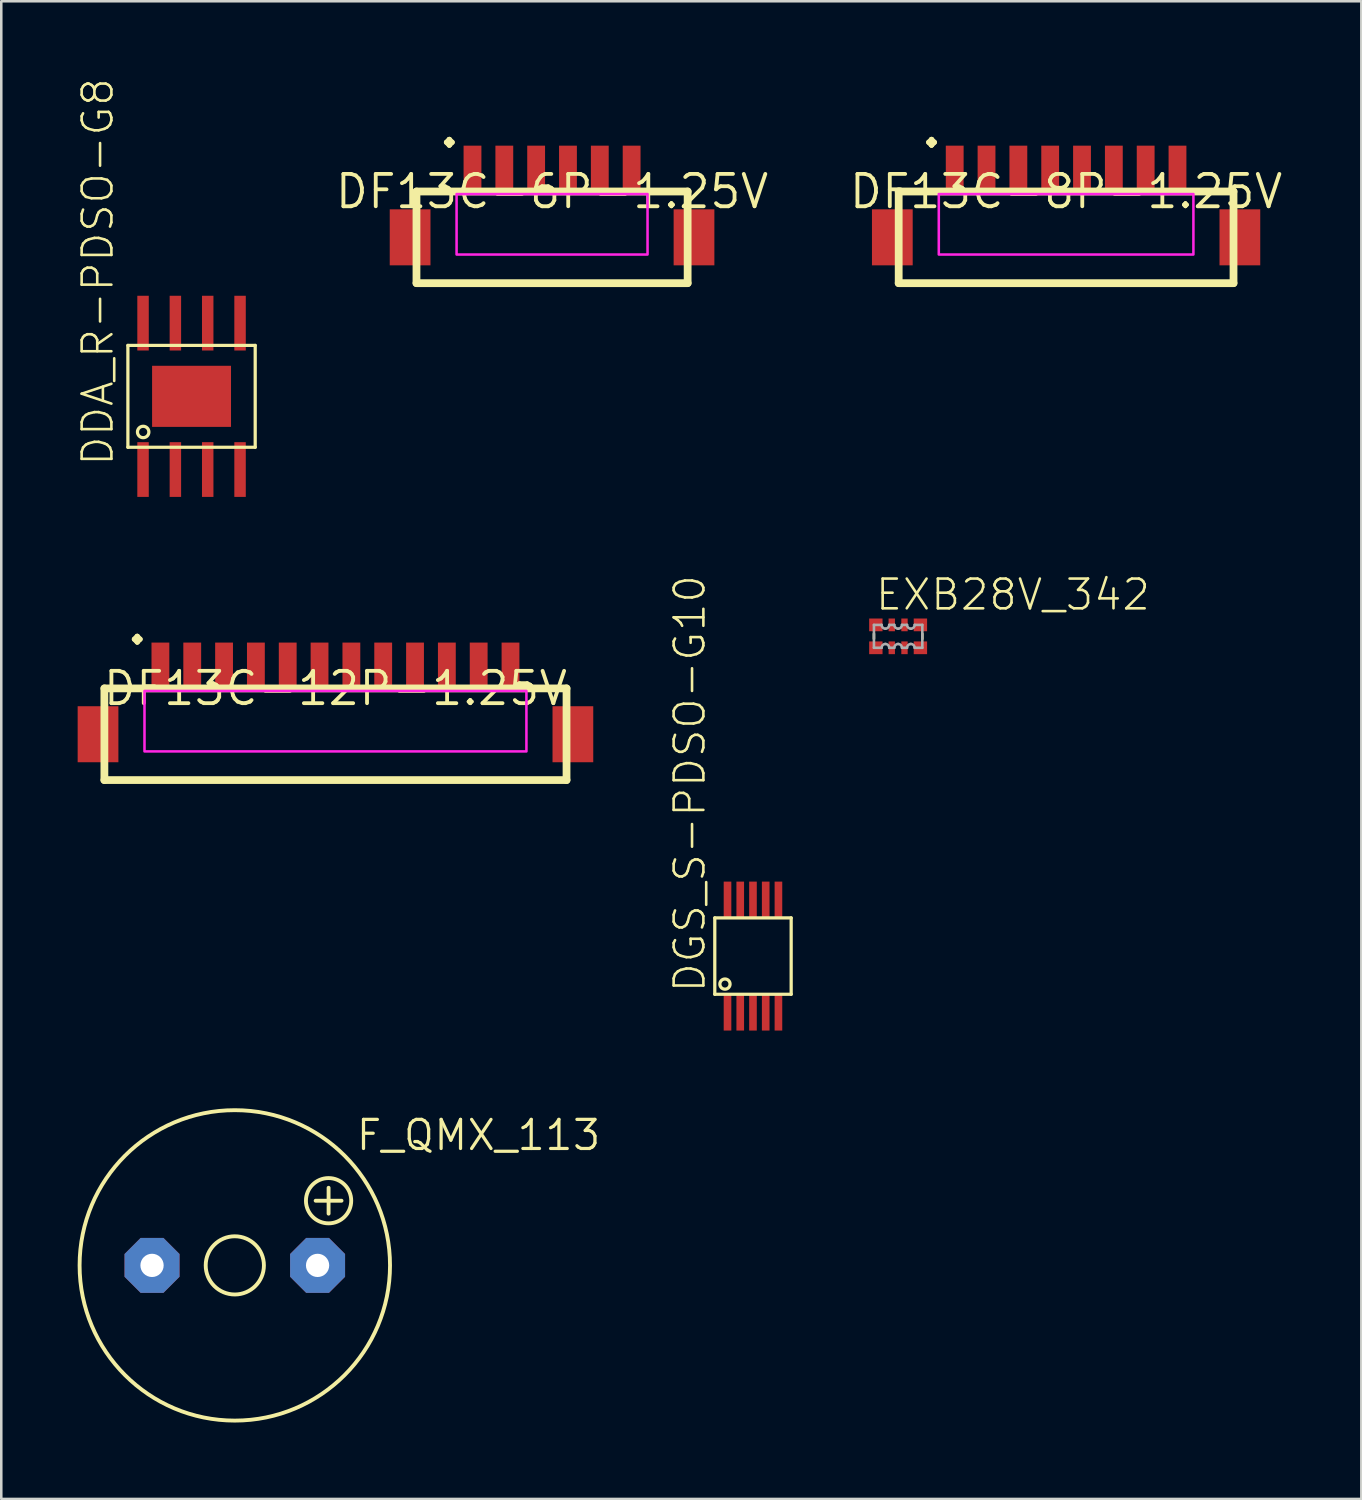
<source format=kicad_pcb>
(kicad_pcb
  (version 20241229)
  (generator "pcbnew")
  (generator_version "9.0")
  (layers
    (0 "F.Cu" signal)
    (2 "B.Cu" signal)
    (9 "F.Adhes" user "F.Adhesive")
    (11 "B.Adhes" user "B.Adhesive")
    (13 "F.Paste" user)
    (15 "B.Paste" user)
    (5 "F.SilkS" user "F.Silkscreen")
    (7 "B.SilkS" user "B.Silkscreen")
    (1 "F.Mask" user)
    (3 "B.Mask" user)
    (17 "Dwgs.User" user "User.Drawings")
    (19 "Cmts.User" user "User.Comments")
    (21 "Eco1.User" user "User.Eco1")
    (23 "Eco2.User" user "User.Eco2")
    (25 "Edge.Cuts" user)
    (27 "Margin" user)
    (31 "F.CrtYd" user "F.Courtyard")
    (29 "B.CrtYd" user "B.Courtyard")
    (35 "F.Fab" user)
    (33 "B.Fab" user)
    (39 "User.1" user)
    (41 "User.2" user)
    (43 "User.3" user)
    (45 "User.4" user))
  (footprint "DF13C-6P-1.25V"
    (layer "F.Cu")
    (at 18.632 4.471)
    (property "Reference" "DF13C-6P-1.25V" (at 0 0 0) (layer "F.SilkS") (effects (font (size 1.27 1.27) (thickness 0.15))))
    (fp_line (start -5.325 0) (end -5.325 3.6) (stroke (width 0.305) (type solid)) (layer "F.SilkS"))
    (fp_line (start -5.325 3.6) (end 5.325 3.6) (stroke (width 0.305) (type solid)) (layer "F.SilkS"))
    (fp_line (start 5.325 0) (end -5.325 0) (stroke (width 0.305) (type solid)) (layer "F.SilkS"))
    (fp_line (start 5.325 3.6) (end 5.325 0) (stroke (width 0.305) (type solid)) (layer "F.SilkS"))
    (fp_poly (pts (xy -3.75 2.475) (xy 3.75 2.475) (xy 3.75 0.1) (xy -3.75 0.1)) (stroke (width 0.1) (type default)) (fill no) (layer "F.CrtYd"))
    (fp_text user "." (at -4.725 -1.525 0) (unlocked yes) (layer "F.SilkS") (effects (font (size 2.337 2.337) (thickness 0.203)) (justify left bottom)))
    (pad "M$0" smd rect (at 5.575 1.8 90) (size 2.2 1.6) (layers "F.Cu" "F.Mask" "F.Paste"))
    (pad "M$1" smd rect (at -5.575 1.8 90) (size 2.2 1.6) (layers "F.Cu" "F.Mask" "F.Paste"))
    (pad "P$1" smd rect (at -3.125 -0.9) (size 0.7 1.8) (layers "F.Cu" "F.Mask" "F.Paste"))
    (pad "P$2" smd rect (at -1.875 -0.9) (size 0.7 1.8) (layers "F.Cu" "F.Mask" "F.Paste"))
    (pad "P$3" smd rect (at -0.625 -0.9) (size 0.7 1.8) (layers "F.Cu" "F.Mask" "F.Paste"))
    (pad "P$4" smd rect (at 0.625 -0.9) (size 0.7 1.8) (layers "F.Cu" "F.Mask" "F.Paste"))
    (pad "P$5" smd rect (at 1.875 -0.9) (size 0.7 1.8) (layers "F.Cu" "F.Mask" "F.Paste"))
    (pad "P$6" smd rect (at 3.125 -0.9) (size 0.7 1.8) (layers "F.Cu" "F.Mask" "F.Paste")))
  (footprint "DGS_S-PDSO-G10"
    (layer "F.Cu")
    (at 26.523 34.5)
    (property "Reference" "DGS_S-PDSO-G10" (at -1.8 1.5 90) (unlocked yes) (layer "F.SilkS") (effects (font (size 1.168 1.168) (thickness 0.102)) (justify left bottom)))
    (fp_poly (pts (xy -1.2 -1.425) (xy -0.8 -1.425) (xy -0.8 -2.975) (xy -1.2 -2.975)) (stroke (width 0) (type default)) (fill yes) (layer "F.Mask"))
    (fp_poly (pts (xy -1.2 2.975) (xy -0.8 2.975) (xy -0.8 1.425) (xy -1.2 1.425)) (stroke (width 0) (type default)) (fill yes) (layer "F.Mask"))
    (fp_poly (pts (xy -0.7 -1.425) (xy -0.3 -1.425) (xy -0.3 -2.975) (xy -0.7 -2.975)) (stroke (width 0) (type default)) (fill yes) (layer "F.Mask"))
    (fp_poly (pts (xy -0.7 2.975) (xy -0.3 2.975) (xy -0.3 1.425) (xy -0.7 1.425)) (stroke (width 0) (type default)) (fill yes) (layer "F.Mask"))
    (fp_poly (pts (xy -0.2 -1.425) (xy 0.2 -1.425) (xy 0.2 -2.975) (xy -0.2 -2.975)) (stroke (width 0) (type default)) (fill yes) (layer "F.Mask"))
    (fp_poly (pts (xy -0.2 2.975) (xy 0.2 2.975) (xy 0.2 1.425) (xy -0.2 1.425)) (stroke (width 0) (type default)) (fill yes) (layer "F.Mask"))
    (fp_poly (pts (xy 0.3 -1.425) (xy 0.7 -1.425) (xy 0.7 -2.975) (xy 0.3 -2.975)) (stroke (width 0) (type default)) (fill yes) (layer "F.Mask"))
    (fp_poly (pts (xy 0.3 2.975) (xy 0.7 2.975) (xy 0.7 1.425) (xy 0.3 1.425)) (stroke (width 0) (type default)) (fill yes) (layer "F.Mask"))
    (fp_poly (pts (xy 0.8 -1.425) (xy 1.2 -1.425) (xy 1.2 -2.975) (xy 0.8 -2.975)) (stroke (width 0) (type default)) (fill yes) (layer "F.Mask"))
    (fp_poly (pts (xy 0.8 2.975) (xy 1.2 2.975) (xy 1.2 1.425) (xy 0.8 1.425)) (stroke (width 0) (type default)) (fill yes) (layer "F.Mask"))
    (fp_line (start -1.5 -1.5) (end 1.5 -1.5) (stroke (width 0.127) (type solid)) (layer "F.SilkS"))
    (fp_line (start -1.5 1.5) (end -1.5 -1.5) (stroke (width 0.127) (type solid)) (layer "F.SilkS"))
    (fp_line (start 1.5 -1.5) (end 1.5 1.5) (stroke (width 0.127) (type solid)) (layer "F.SilkS"))
    (fp_line (start 1.5 1.5) (end -1.5 1.5) (stroke (width 0.127) (type solid)) (layer "F.SilkS"))
    (fp_circle (center -1.1 1.1) (end -0.9 1.1) (stroke (width 0.127) (type solid)) (fill no) (layer "F.SilkS"))
    (fp_poly (pts (xy -1.125 -1.5) (xy -0.875 -1.5) (xy -0.875 -2.9) (xy -1.125 -2.9)) (stroke (width 0) (type default)) (fill yes) (layer "F.Paste"))
    (fp_poly (pts (xy -1.125 2.9) (xy -0.875 2.9) (xy -0.875 1.5) (xy -1.125 1.5)) (stroke (width 0) (type default)) (fill yes) (layer "F.Paste"))
    (fp_poly (pts (xy -0.625 -1.5) (xy -0.375 -1.5) (xy -0.375 -2.9) (xy -0.625 -2.9)) (stroke (width 0) (type default)) (fill yes) (layer "F.Paste"))
    (fp_poly (pts (xy -0.625 2.9) (xy -0.375 2.9) (xy -0.375 1.5) (xy -0.625 1.5)) (stroke (width 0) (type default)) (fill yes) (layer "F.Paste"))
    (fp_poly (pts (xy -0.125 -1.5) (xy 0.125 -1.5) (xy 0.125 -2.9) (xy -0.125 -2.9)) (stroke (width 0) (type default)) (fill yes) (layer "F.Paste"))
    (fp_poly (pts (xy -0.125 2.9) (xy 0.125 2.9) (xy 0.125 1.5) (xy -0.125 1.5)) (stroke (width 0) (type default)) (fill yes) (layer "F.Paste"))
    (fp_poly (pts (xy 0.375 -1.5) (xy 0.625 -1.5) (xy 0.625 -2.9) (xy 0.375 -2.9)) (stroke (width 0) (type default)) (fill yes) (layer "F.Paste"))
    (fp_poly (pts (xy 0.375 2.9) (xy 0.625 2.9) (xy 0.625 1.5) (xy 0.375 1.5)) (stroke (width 0) (type default)) (fill yes) (layer "F.Paste"))
    (fp_poly (pts (xy 0.875 -1.5) (xy 1.125 -1.5) (xy 1.125 -2.9) (xy 0.875 -2.9)) (stroke (width 0) (type default)) (fill yes) (layer "F.Paste"))
    (fp_poly (pts (xy 0.875 2.9) (xy 1.125 2.9) (xy 1.125 1.5) (xy 0.875 1.5)) (stroke (width 0) (type default)) (fill yes) (layer "F.Paste"))
    (pad "1" smd rect (at -1 2.2) (size 0.3 1.45) (layers "F.Cu"))
    (pad "2" smd rect (at -0.5 2.2) (size 0.3 1.45) (layers "F.Cu"))
    (pad "3" smd rect (at 0 2.2) (size 0.3 1.45) (layers "F.Cu"))
    (pad "4" smd rect (at 0.5 2.2) (size 0.3 1.45) (layers "F.Cu"))
    (pad "5" smd rect (at 1 2.2) (size 0.3 1.45) (layers "F.Cu"))
    (pad "6" smd rect (at 1 -2.2) (size 0.3 1.45) (layers "F.Cu"))
    (pad "7" smd rect (at 0.5 -2.2) (size 0.3 1.45) (layers "F.Cu"))
    (pad "8" smd rect (at 0 -2.2) (size 0.3 1.45) (layers "F.Cu"))
    (pad "9" smd rect (at -0.5 -2.2) (size 0.3 1.45) (layers "F.Cu"))
    (pad "10" smd rect (at -1 -2.2) (size 0.3 1.45) (layers "F.Cu")))
  (footprint "F_QMX_113"
    (layer "F.Cu")
    (at 6.172 46.648)
    (property "Reference" "F_QMX_113" (at 4.699 -4.445 0) (unlocked yes) (layer "F.SilkS") (effects (font (size 1.143 1.143) (thickness 0.127)) (justify left bottom)))
    (fp_line (start 3.175 -2.54) (end 4.191 -2.54) (stroke (width 0.152) (type solid)) (layer "F.SilkS"))
    (fp_line (start 3.683 -2.032) (end 3.683 -3.048) (stroke (width 0.152) (type solid)) (layer "F.SilkS"))
    (fp_circle (center 0 0) (end 1.143 0) (stroke (width 0.152) (type solid)) (fill no) (layer "F.SilkS"))
    (fp_circle (center 0 0) (end 6.096 0) (stroke (width 0.152) (type solid)) (fill no) (layer "F.SilkS"))
    (fp_circle (center 3.683 -2.54) (end 4.572 -2.54) (stroke (width 0.152) (type solid)) (fill no) (layer "F.SilkS"))
    (pad "+" thru_hole roundrect (at 3.251 0) (size 2.159 2.159) (drill 0.914) (layers "*.Cu" "*.Mask") (roundrect_rratio 0.25) (chamfer_ratio 0.293) (chamfer top_left top_right bottom_left bottom_right))
    (pad "-" thru_hole roundrect (at -3.251 0) (size 2.159 2.159) (drill 0.914) (layers "*.Cu" "*.Mask") (roundrect_rratio 0.25) (chamfer_ratio 0.293) (chamfer top_left top_right bottom_left bottom_right)))
  (footprint "DDA_R-PDSO-G8"
    (layer "F.Cu")
    (at 4.473 12.516)
    (property "Reference" "DDA_R-PDSO-G8" (at -3 2.8 90) (unlocked yes) (layer "F.SilkS") (effects (font (size 1.168 1.168) (thickness 0.102)) (justify left bottom)))
    (fp_poly (pts (xy -2.175 -1.75) (xy -1.625 -1.75) (xy -1.625 -4) (xy -2.175 -4)) (stroke (width 0) (type default)) (fill yes) (layer "F.Mask"))
    (fp_poly (pts (xy -2.175 4) (xy -1.625 4) (xy -1.625 1.75) (xy -2.175 1.75)) (stroke (width 0) (type default)) (fill yes) (layer "F.Mask"))
    (fp_poly (pts (xy -1.6 1.25) (xy 1.6 1.25) (xy 1.6 -1.25) (xy -1.6 -1.25)) (stroke (width 0) (type default)) (fill yes) (layer "F.Mask"))
    (fp_poly (pts (xy -0.9 -1.75) (xy -0.35 -1.75) (xy -0.35 -4) (xy -0.9 -4)) (stroke (width 0) (type default)) (fill yes) (layer "F.Mask"))
    (fp_poly (pts (xy -0.9 4) (xy -0.35 4) (xy -0.35 1.75) (xy -0.9 1.75)) (stroke (width 0) (type default)) (fill yes) (layer "F.Mask"))
    (fp_poly (pts (xy 0.35 -1.75) (xy 0.9 -1.75) (xy 0.9 -4) (xy 0.35 -4)) (stroke (width 0) (type default)) (fill yes) (layer "F.Mask"))
    (fp_poly (pts (xy 0.35 4) (xy 0.9 4) (xy 0.9 1.75) (xy 0.35 1.75)) (stroke (width 0) (type default)) (fill yes) (layer "F.Mask"))
    (fp_poly (pts (xy 1.625 -1.75) (xy 2.175 -1.75) (xy 2.175 -4) (xy 1.625 -4)) (stroke (width 0) (type default)) (fill yes) (layer "F.Mask"))
    (fp_poly (pts (xy 1.625 4) (xy 2.175 4) (xy 2.175 1.75) (xy 1.625 1.75)) (stroke (width 0) (type default)) (fill yes) (layer "F.Mask"))
    (fp_line (start -2.5 -2) (end 2.5 -2) (stroke (width 0.127) (type solid)) (layer "F.SilkS"))
    (fp_line (start -2.5 2) (end -2.5 -2) (stroke (width 0.127) (type solid)) (layer "F.SilkS"))
    (fp_line (start 2.5 -2) (end 2.5 2) (stroke (width 0.127) (type solid)) (layer "F.SilkS"))
    (fp_line (start 2.5 2) (end -2.5 2) (stroke (width 0.127) (type solid)) (layer "F.SilkS"))
    (fp_circle (center -1.9 1.4) (end -1.676 1.4) (stroke (width 0.127) (type solid)) (fill no) (layer "F.SilkS"))
    (fp_poly (pts (xy -2.1 -1.825) (xy -1.7 -1.825) (xy -1.7 -3.925) (xy -2.1 -3.925)) (stroke (width 0) (type default)) (fill yes) (layer "F.Paste"))
    (fp_poly (pts (xy -2.1 3.925) (xy -1.7 3.925) (xy -1.7 1.825) (xy -2.1 1.825)) (stroke (width 0) (type default)) (fill yes) (layer "F.Paste"))
    (fp_poly (pts (xy -1.3 -0.2) (xy -0.2 -0.2) (xy -0.2 -1) (xy -1.3 -1)) (stroke (width 0) (type default)) (fill yes) (layer "F.Paste"))
    (fp_poly (pts (xy -1.3 1) (xy -0.2 1) (xy -0.2 0.2) (xy -1.3 0.2)) (stroke (width 0) (type default)) (fill yes) (layer "F.Paste"))
    (fp_poly (pts (xy -0.825 -1.825) (xy -0.425 -1.825) (xy -0.425 -3.925) (xy -0.825 -3.925)) (stroke (width 0) (type default)) (fill yes) (layer "F.Paste"))
    (fp_poly (pts (xy -0.825 3.925) (xy -0.425 3.925) (xy -0.425 1.825) (xy -0.825 1.825)) (stroke (width 0) (type default)) (fill yes) (layer "F.Paste"))
    (fp_poly (pts (xy 0.2 -0.2) (xy 1.3 -0.2) (xy 1.3 -1) (xy 0.2 -1)) (stroke (width 0) (type default)) (fill yes) (layer "F.Paste"))
    (fp_poly (pts (xy 0.2 1) (xy 1.3 1) (xy 1.3 0.2) (xy 0.2 0.2)) (stroke (width 0) (type default)) (fill yes) (layer "F.Paste"))
    (fp_poly (pts (xy 0.425 -1.825) (xy 0.825 -1.825) (xy 0.825 -3.925) (xy 0.425 -3.925)) (stroke (width 0) (type default)) (fill yes) (layer "F.Paste"))
    (fp_poly (pts (xy 0.425 3.925) (xy 0.825 3.925) (xy 0.825 1.825) (xy 0.425 1.825)) (stroke (width 0) (type default)) (fill yes) (layer "F.Paste"))
    (fp_poly (pts (xy 1.7 -1.825) (xy 2.1 -1.825) (xy 2.1 -3.925) (xy 1.7 -3.925)) (stroke (width 0) (type default)) (fill yes) (layer "F.Paste"))
    (fp_poly (pts (xy 1.7 3.925) (xy 2.1 3.925) (xy 2.1 1.825) (xy 1.7 1.825)) (stroke (width 0) (type default)) (fill yes) (layer "F.Paste"))
    (pad "1" smd rect (at -1.905 2.875) (size 0.45 2.15) (layers "F.Cu"))
    (pad "2" smd rect (at -0.635 2.875) (size 0.45 2.15) (layers "F.Cu"))
    (pad "3" smd rect (at 0.635 2.875) (size 0.45 2.15) (layers "F.Cu"))
    (pad "4" smd rect (at 1.905 2.875) (size 0.45 2.15) (layers "F.Cu"))
    (pad "5" smd rect (at 1.905 -2.875) (size 0.45 2.15) (layers "F.Cu"))
    (pad "6" smd rect (at 0.635 -2.875) (size 0.45 2.15) (layers "F.Cu"))
    (pad "7" smd rect (at -0.635 -2.875) (size 0.45 2.15) (layers "F.Cu"))
    (pad "8" smd rect (at -1.905 -2.875) (size 0.45 2.15) (layers "F.Cu"))
    (pad "PAD" smd rect (at 0 0) (size 3.1 2.4) (layers "F.Cu")))
  (footprint "DF13C-8P-1.25V"
    (layer "F.Cu")
    (at 38.821 4.471)
    (property "Reference" "DF13C-8P-1.25V" (at 0 0 0) (layer "F.SilkS") (effects (font (size 1.27 1.27) (thickness 0.15))))
    (fp_line (start -6.575 0) (end -6.575 3.6) (stroke (width 0.305) (type solid)) (layer "F.SilkS"))
    (fp_line (start -6.575 3.6) (end 6.575 3.6) (stroke (width 0.305) (type solid)) (layer "F.SilkS"))
    (fp_line (start 6.575 0) (end -6.575 0) (stroke (width 0.305) (type solid)) (layer "F.SilkS"))
    (fp_line (start 6.575 3.6) (end 6.575 0) (stroke (width 0.305) (type solid)) (layer "F.SilkS"))
    (fp_poly (pts (xy -5 2.475) (xy 5 2.475) (xy 5 0.1) (xy -5 0.1)) (stroke (width 0.1) (type default)) (fill no) (layer "F.CrtYd"))
    (fp_text user "." (at -5.975 -1.525 0) (unlocked yes) (layer "F.SilkS") (effects (font (size 2.337 2.337) (thickness 0.203)) (justify left bottom)))
    (pad "M$0" smd rect (at 6.825 1.8 90) (size 2.2 1.6) (layers "F.Cu" "F.Mask" "F.Paste"))
    (pad "M$1" smd rect (at -6.825 1.8 90) (size 2.2 1.6) (layers "F.Cu" "F.Mask" "F.Paste"))
    (pad "P$1" smd rect (at -4.375 -0.9) (size 0.7 1.8) (layers "F.Cu" "F.Mask" "F.Paste"))
    (pad "P$2" smd rect (at -3.125 -0.9) (size 0.7 1.8) (layers "F.Cu" "F.Mask" "F.Paste"))
    (pad "P$3" smd rect (at -1.875 -0.9) (size 0.7 1.8) (layers "F.Cu" "F.Mask" "F.Paste"))
    (pad "P$4" smd rect (at -0.625 -0.9) (size 0.7 1.8) (layers "F.Cu" "F.Mask" "F.Paste"))
    (pad "P$5" smd rect (at 0.625 -0.9) (size 0.7 1.8) (layers "F.Cu" "F.Mask" "F.Paste"))
    (pad "P$6" smd rect (at 1.875 -0.9) (size 0.7 1.8) (layers "F.Cu" "F.Mask" "F.Paste"))
    (pad "P$7" smd rect (at 3.125 -0.9) (size 0.7 1.8) (layers "F.Cu" "F.Mask" "F.Paste"))
    (pad "P$8" smd rect (at 4.375 -0.9) (size 0.7 1.8) (layers "F.Cu" "F.Mask" "F.Paste")))
  (footprint "EXB28V_342"
    (layer "F.Cu")
    (at 32.224 21.942)
    (property "Reference" "EXB28V_342" (at -0.953 -0.953 0) (unlocked yes) (layer "F.SilkS") (effects (font (size 1.168 1.168) (thickness 0.102)) (justify left bottom)))
    (fp_line (start -0.95 0.1) (end -0.95 -0.1) (stroke (width 0.102) (type solid)) (layer "F.SilkS"))
    (fp_line (start 0.95 -0.1) (end 0.95 0.1) (stroke (width 0.102) (type solid)) (layer "F.SilkS"))
    (fp_line (start -0.95 -0.45) (end -0.65 -0.45) (stroke (width 0.102) (type solid)) (layer "F.Fab"))
    (fp_line (start -0.95 0.45) (end -0.95 -0.45) (stroke (width 0.102) (type solid)) (layer "F.Fab"))
    (fp_line (start -0.65 0.45) (end -0.95 0.45) (stroke (width 0.102) (type solid)) (layer "F.Fab"))
    (fp_line (start -0.35 -0.45) (end -0.15 -0.45) (stroke (width 0.102) (type solid)) (layer "F.Fab"))
    (fp_line (start -0.15 0.45) (end -0.35 0.45) (stroke (width 0.102) (type solid)) (layer "F.Fab"))
    (fp_line (start 0.15 -0.45) (end 0.35 -0.45) (stroke (width 0.102) (type solid)) (layer "F.Fab"))
    (fp_line (start 0.35 0.45) (end 0.15 0.45) (stroke (width 0.102) (type solid)) (layer "F.Fab"))
    (fp_line (start 0.65 -0.45) (end 0.95 -0.45) (stroke (width 0.102) (type solid)) (layer "F.Fab"))
    (fp_line (start 0.95 -0.45) (end 0.95 0.45) (stroke (width 0.102) (type solid)) (layer "F.Fab"))
    (fp_line (start 0.95 0.45) (end 0.65 0.45) (stroke (width 0.102) (type solid)) (layer "F.Fab"))
    (fp_arc (start -0.65 0.45) (mid -0.606066 0.343934) (end -0.5 0.3) (stroke (width 0.1016) (type solid)) (layer "F.Fab"))
    (fp_arc (start -0.5 -0.3) (mid -0.606066 -0.343934) (end -0.65 -0.45) (stroke (width 0.1016) (type solid)) (layer "F.Fab"))
    (fp_arc (start -0.5 0.3) (mid -0.393934 0.343934) (end -0.35 0.45) (stroke (width 0.1016) (type solid)) (layer "F.Fab"))
    (fp_arc (start -0.35 -0.45) (mid -0.393934 -0.343934) (end -0.5 -0.3) (stroke (width 0.1016) (type solid)) (layer "F.Fab"))
    (fp_arc (start -0.15 0.45) (mid -0.106066 0.343934) (end 0 0.3) (stroke (width 0.1016) (type solid)) (layer "F.Fab"))
    (fp_arc (start 0 -0.3) (mid -0.106066 -0.343934) (end -0.15 -0.45) (stroke (width 0.1016) (type solid)) (layer "F.Fab"))
    (fp_arc (start 0 0.3) (mid 0.106066 0.343934) (end 0.15 0.45) (stroke (width 0.1016) (type solid)) (layer "F.Fab"))
    (fp_arc (start 0.15 -0.45) (mid 0.106066 -0.343934) (end 0 -0.3) (stroke (width 0.1016) (type solid)) (layer "F.Fab"))
    (fp_arc (start 0.35 0.45) (mid 0.393934 0.343934) (end 0.5 0.3) (stroke (width 0.1016) (type solid)) (layer "F.Fab"))
    (fp_arc (start 0.5 -0.3) (mid 0.393934 -0.343934) (end 0.35 -0.45) (stroke (width 0.1016) (type solid)) (layer "F.Fab"))
    (fp_arc (start 0.5 0.3) (mid 0.606066 0.343934) (end 0.65 0.45) (stroke (width 0.1016) (type solid)) (layer "F.Fab"))
    (fp_arc (start 0.65 -0.45) (mid 0.606066 -0.343934) (end 0.5 -0.3) (stroke (width 0.1016) (type solid)) (layer "F.Fab"))
    (pad "1" smd rect (at -0.875 0.45) (size 0.525 0.5) (layers "F.Cu" "F.Mask" "F.Paste"))
    (pad "2" smd rect (at -0.25 0.45) (size 0.25 0.5) (layers "F.Cu" "F.Mask" "F.Paste"))
    (pad "3" smd rect (at 0.25 0.45) (size 0.25 0.5) (layers "F.Cu" "F.Mask" "F.Paste"))
    (pad "4" smd rect (at 0.875 0.45) (size 0.525 0.5) (layers "F.Cu" "F.Mask" "F.Paste"))
    (pad "5" smd rect (at 0.875 -0.45 180) (size 0.525 0.5) (layers "F.Cu" "F.Mask" "F.Paste"))
    (pad "6" smd rect (at 0.25 -0.45 180) (size 0.25 0.5) (layers "F.Cu" "F.Mask" "F.Paste"))
    (pad "7" smd rect (at -0.25 -0.45 180) (size 0.25 0.5) (layers "F.Cu" "F.Mask" "F.Paste"))
    (pad "8" smd rect (at -0.875 -0.45 180) (size 0.525 0.5) (layers "F.Cu" "F.Mask" "F.Paste")))
  (footprint "DF13C-12P-1.25V"
    (layer "F.Cu")
    (at 10.125 23.987)
    (property "Reference" "DF13C-12P-1.25V" (at 0 0 0) (layer "F.SilkS") (effects (font (size 1.27 1.27) (thickness 0.15))))
    (fp_line (start -9.075 0) (end -9.075 3.6) (stroke (width 0.305) (type solid)) (layer "F.SilkS"))
    (fp_line (start -9.075 3.6) (end 9.075 3.6) (stroke (width 0.305) (type solid)) (layer "F.SilkS"))
    (fp_line (start 9.075 0) (end -9.075 0) (stroke (width 0.305) (type solid)) (layer "F.SilkS"))
    (fp_line (start 9.075 3.6) (end 9.075 0) (stroke (width 0.305) (type solid)) (layer "F.SilkS"))
    (fp_poly (pts (xy -7.5 2.475) (xy 7.5 2.475) (xy 7.5 0.1) (xy -7.5 0.1)) (stroke (width 0.1) (type default)) (fill no) (layer "F.CrtYd"))
    (fp_text user "." (at -8.475 -1.525 0) (unlocked yes) (layer "F.SilkS") (effects (font (size 2.337 2.337) (thickness 0.203)) (justify left bottom)))
    (pad "M$0" smd rect (at 9.325 1.8 90) (size 2.2 1.6) (layers "F.Cu" "F.Mask" "F.Paste"))
    (pad "M$1" smd rect (at -9.325 1.8 90) (size 2.2 1.6) (layers "F.Cu" "F.Mask" "F.Paste"))
    (pad "P$1" smd rect (at -6.875 -0.9) (size 0.7 1.8) (layers "F.Cu" "F.Mask" "F.Paste"))
    (pad "P$2" smd rect (at -5.625 -0.9) (size 0.7 1.8) (layers "F.Cu" "F.Mask" "F.Paste"))
    (pad "P$3" smd rect (at -4.375 -0.9) (size 0.7 1.8) (layers "F.Cu" "F.Mask" "F.Paste"))
    (pad "P$4" smd rect (at -3.125 -0.9) (size 0.7 1.8) (layers "F.Cu" "F.Mask" "F.Paste"))
    (pad "P$5" smd rect (at -1.875 -0.9) (size 0.7 1.8) (layers "F.Cu" "F.Mask" "F.Paste"))
    (pad "P$6" smd rect (at -0.625 -0.9) (size 0.7 1.8) (layers "F.Cu" "F.Mask" "F.Paste"))
    (pad "P$7" smd rect (at 0.625 -0.9) (size 0.7 1.8) (layers "F.Cu" "F.Mask" "F.Paste"))
    (pad "P$8" smd rect (at 1.875 -0.9) (size 0.7 1.8) (layers "F.Cu" "F.Mask" "F.Paste"))
    (pad "P$9" smd rect (at 3.125 -0.9) (size 0.7 1.8) (layers "F.Cu" "F.Mask" "F.Paste"))
    (pad "P$10" smd rect (at 4.375 -0.9) (size 0.7 1.8) (layers "F.Cu" "F.Mask" "F.Paste"))
    (pad "P$11" smd rect (at 5.625 -0.9) (size 0.7 1.8) (layers "F.Cu" "F.Mask" "F.Paste"))
    (pad "P$12" smd rect (at 6.875 -0.9) (size 0.7 1.8) (layers "F.Cu" "F.Mask" "F.Paste")))
  (gr_rect
    (start -3 -3)
    (end 50.416 55.82)
    (stroke (width 0.1) (type default))
    (fill no)
    (layer "Edge.Cuts")))
</source>
